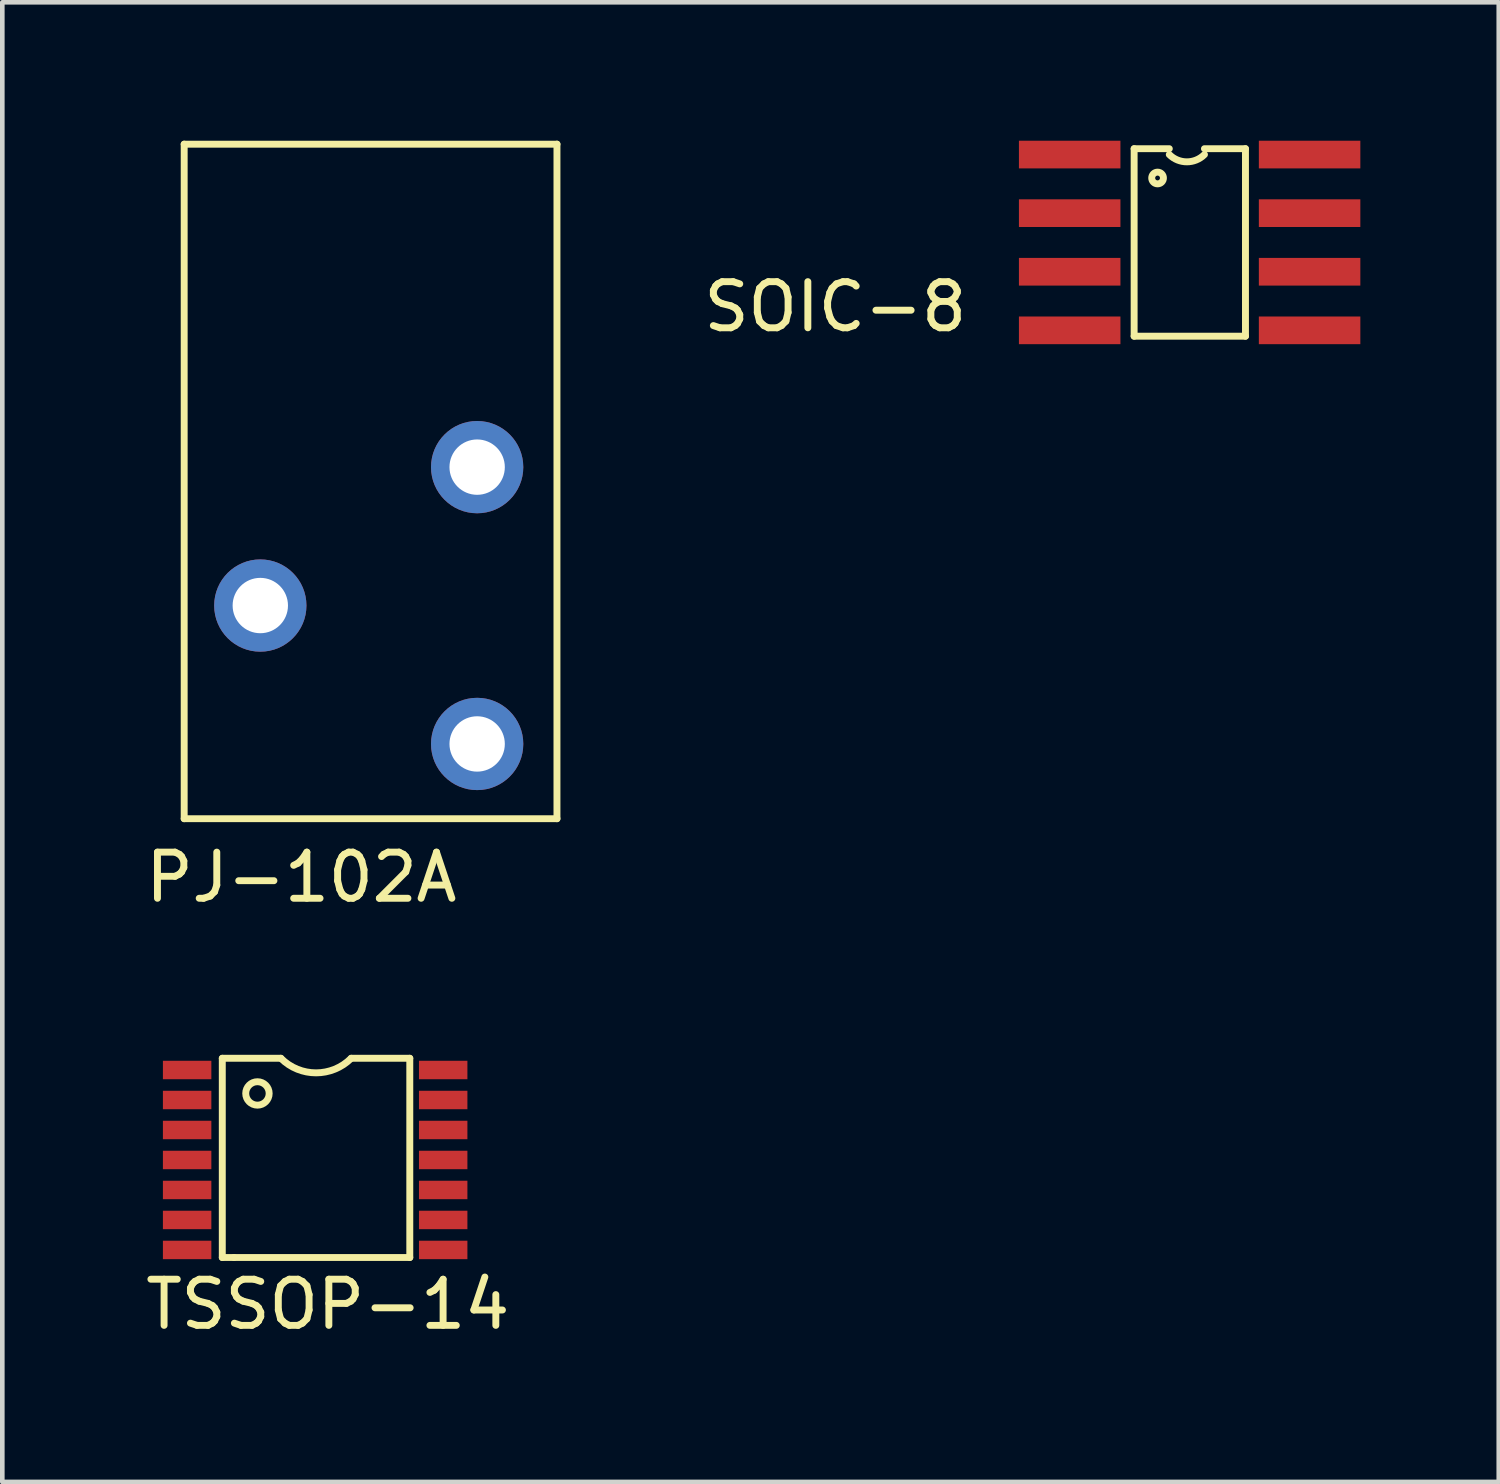
<source format=kicad_pcb>
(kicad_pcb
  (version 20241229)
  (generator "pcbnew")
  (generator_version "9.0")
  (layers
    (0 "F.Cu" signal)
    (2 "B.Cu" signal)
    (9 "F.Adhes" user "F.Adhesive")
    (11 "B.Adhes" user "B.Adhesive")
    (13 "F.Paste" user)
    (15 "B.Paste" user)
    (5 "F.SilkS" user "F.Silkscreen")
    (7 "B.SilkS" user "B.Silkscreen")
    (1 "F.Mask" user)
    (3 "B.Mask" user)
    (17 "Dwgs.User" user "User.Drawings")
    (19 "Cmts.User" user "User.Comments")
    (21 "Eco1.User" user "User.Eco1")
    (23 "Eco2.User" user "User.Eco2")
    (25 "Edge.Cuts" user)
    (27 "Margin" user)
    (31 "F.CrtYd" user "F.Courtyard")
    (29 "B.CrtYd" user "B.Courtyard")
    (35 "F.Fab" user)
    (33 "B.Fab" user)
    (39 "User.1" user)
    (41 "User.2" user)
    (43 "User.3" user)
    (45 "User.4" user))
  (footprint "TSSOP-14"
    (layer "F.Cu")
    (at 1.006 20.142)
    (property "Reference" "TSSOP-14" (at 3.048 5.08 0) (layer "F.SilkS") (effects (font (size 1 1) (thickness 0.15))))
    (attr through_hole)
    (fp_line (start 0.762 -0.254) (end 0.762 4.064) (stroke (width 0.15) (type solid)) (layer "F.SilkS"))
    (fp_line (start 0.762 -0.254) (end 2.032 -0.254) (stroke (width 0.15) (type solid)) (layer "F.SilkS"))
    (fp_line (start 1.016 4.064) (end 0.762 4.064) (stroke (width 0.15) (type solid)) (layer "F.SilkS"))
    (fp_line (start 1.016 4.064) (end 4.826 4.064) (stroke (width 0.15) (type solid)) (layer "F.SilkS"))
    (fp_line (start 4.826 -0.254) (end 3.556 -0.254) (stroke (width 0.15) (type solid)) (layer "F.SilkS"))
    (fp_line (start 4.826 4.064) (end 4.826 -0.254) (stroke (width 0.15) (type solid)) (layer "F.SilkS"))
    (fp_arc (start 3.556 -0.254) (mid 2.794 0.061631) (end 2.032 -0.254) (stroke (width 0.15) (type solid)) (layer "F.SilkS"))
    (fp_circle (center 1.524 0.508) (end 1.524 0.762) (stroke (width 0.15) (type solid)) (fill no) (layer "F.SilkS"))
    (pad "1" smd rect (at 0 0) (size 1.05 0.4) (layers "F.Cu" "F.Mask" "F.Paste"))
    (pad "2" smd rect (at 0 0.65) (size 1.05 0.4) (layers "F.Cu" "F.Mask" "F.Paste"))
    (pad "3" smd rect (at 0 1.3) (size 1.05 0.4) (layers "F.Cu" "F.Mask" "F.Paste"))
    (pad "4" smd rect (at 0 1.95) (size 1.05 0.4) (layers "F.Cu" "F.Mask" "F.Paste"))
    (pad "5" smd rect (at 0 2.6) (size 1.05 0.4) (layers "F.Cu" "F.Mask" "F.Paste"))
    (pad "6" smd rect (at 0 3.25) (size 1.05 0.4) (layers "F.Cu" "F.Mask" "F.Paste"))
    (pad "7" smd rect (at 0 3.9) (size 1.05 0.4) (layers "F.Cu" "F.Mask" "F.Paste"))
    (pad "8" smd rect (at 5.55 3.9) (size 1.05 0.4) (layers "F.Cu" "F.Mask" "F.Paste"))
    (pad "9" smd rect (at 5.55 3.25) (size 1.05 0.4) (layers "F.Cu" "F.Mask" "F.Paste"))
    (pad "10" smd rect (at 5.55 2.6) (size 1.05 0.4) (layers "F.Cu" "F.Mask" "F.Paste"))
    (pad "11" smd rect (at 5.55 1.95) (size 1.05 0.4) (layers "F.Cu" "F.Mask" "F.Paste"))
    (pad "12" smd rect (at 5.55 1.3) (size 1.05 0.4) (layers "F.Cu" "F.Mask" "F.Paste"))
    (pad "13" smd rect (at 5.55 0.65) (size 1.05 0.4) (layers "F.Cu" "F.Mask" "F.Paste"))
    (pad "14" smd rect (at 5.55 0) (size 1.05 0.4) (layers "F.Cu" "F.Mask" "F.Paste")))
  (footprint "PJ-102A"
    (layer "F.Cu")
    (at 7.292 7.075)
    (property "Reference" "PJ-102A" (at -3.81 8.89 0) (layer "F.SilkS") (effects (font (size 1 1) (thickness 0.15))))
    (attr through_hole)
    (fp_line (start -6.35 -7) (end 1.73 -7) (stroke (width 0.15) (type solid)) (layer "F.SilkS"))
    (fp_line (start -6.35 7.62) (end -6.35 -7) (stroke (width 0.15) (type solid)) (layer "F.SilkS"))
    (fp_line (start 1.73 -7) (end 1.73 7.62) (stroke (width 0.15) (type solid)) (layer "F.SilkS"))
    (fp_line (start 1.73 7.62) (end -6.35 7.62) (stroke (width 0.15) (type solid)) (layer "F.SilkS"))
    (pad "1" thru_hole circle (at 0 6) (size 2 2) (drill 1.2) (layers "*.Cu" "*.Mask"))
    (pad "2" thru_hole circle (at 0 0) (size 2 2) (drill 1.2) (layers "*.Cu" "*.Mask"))
    (pad "3" thru_hole circle (at -4.7 3) (size 2 2) (drill 1.2) (layers "*.Cu" "*.Mask")))
  (footprint "SOIC-8"
    (layer "F.Cu")
    (at 20.135 0.3)
    (property "Reference" "SOIC-8" (at -5.08 3.3 0) (layer "F.SilkS") (effects (font (size 1 1) (thickness 0.15))))
    (attr through_hole)
    (fp_line (start 1.397 -0.127) (end 1.397 3.937) (stroke (width 0.15) (type solid)) (layer "F.SilkS"))
    (fp_line (start 1.397 -0.127) (end 2.159 -0.127) (stroke (width 0.15) (type solid)) (layer "F.SilkS"))
    (fp_line (start 1.397 3.937) (end 3.81 3.937) (stroke (width 0.15) (type solid)) (layer "F.SilkS"))
    (fp_line (start 3.81 -0.127) (end 2.921 -0.127) (stroke (width 0.15) (type solid)) (layer "F.SilkS"))
    (fp_line (start 3.81 3.937) (end 3.81 -0.127) (stroke (width 0.15) (type solid)) (layer "F.SilkS"))
    (fp_arc (start 2.921 0) (mid 2.54 0.157815) (end 2.159 0) (stroke (width 0.15) (type solid)) (layer "F.SilkS"))
    (fp_circle (center 1.905 0.508) (end 2.032 0.508) (stroke (width 0.15) (type solid)) (fill no) (layer "F.SilkS"))
    (pad "1" smd rect (at 0 0) (size 2.2 0.6) (layers "F.Cu" "F.Mask" "F.Paste"))
    (pad "2" smd rect (at 0 1.27) (size 2.2 0.6) (layers "F.Cu" "F.Mask" "F.Paste"))
    (pad "3" smd rect (at 0 2.54) (size 2.2 0.6) (layers "F.Cu" "F.Mask" "F.Paste"))
    (pad "4" smd rect (at 0 3.81) (size 2.2 0.6) (layers "F.Cu" "F.Mask" "F.Paste"))
    (pad "5" smd rect (at 5.2 3.81) (size 2.2 0.6) (layers "F.Cu" "F.Mask" "F.Paste"))
    (pad "6" smd rect (at 5.2 2.54) (size 2.2 0.6) (layers "F.Cu" "F.Mask" "F.Paste"))
    (pad "7" smd rect (at 5.2 1.27) (size 2.2 0.6) (layers "F.Cu" "F.Mask" "F.Paste"))
    (pad "8" smd rect (at 5.2 0) (size 2.2 0.6) (layers "F.Cu" "F.Mask" "F.Paste")))
  (gr_rect
    (start -3 -3)
    (end 29.435 29.07)
    (stroke (width 0.1) (type default))
    (fill no)
    (layer "Edge.Cuts")))
</source>
